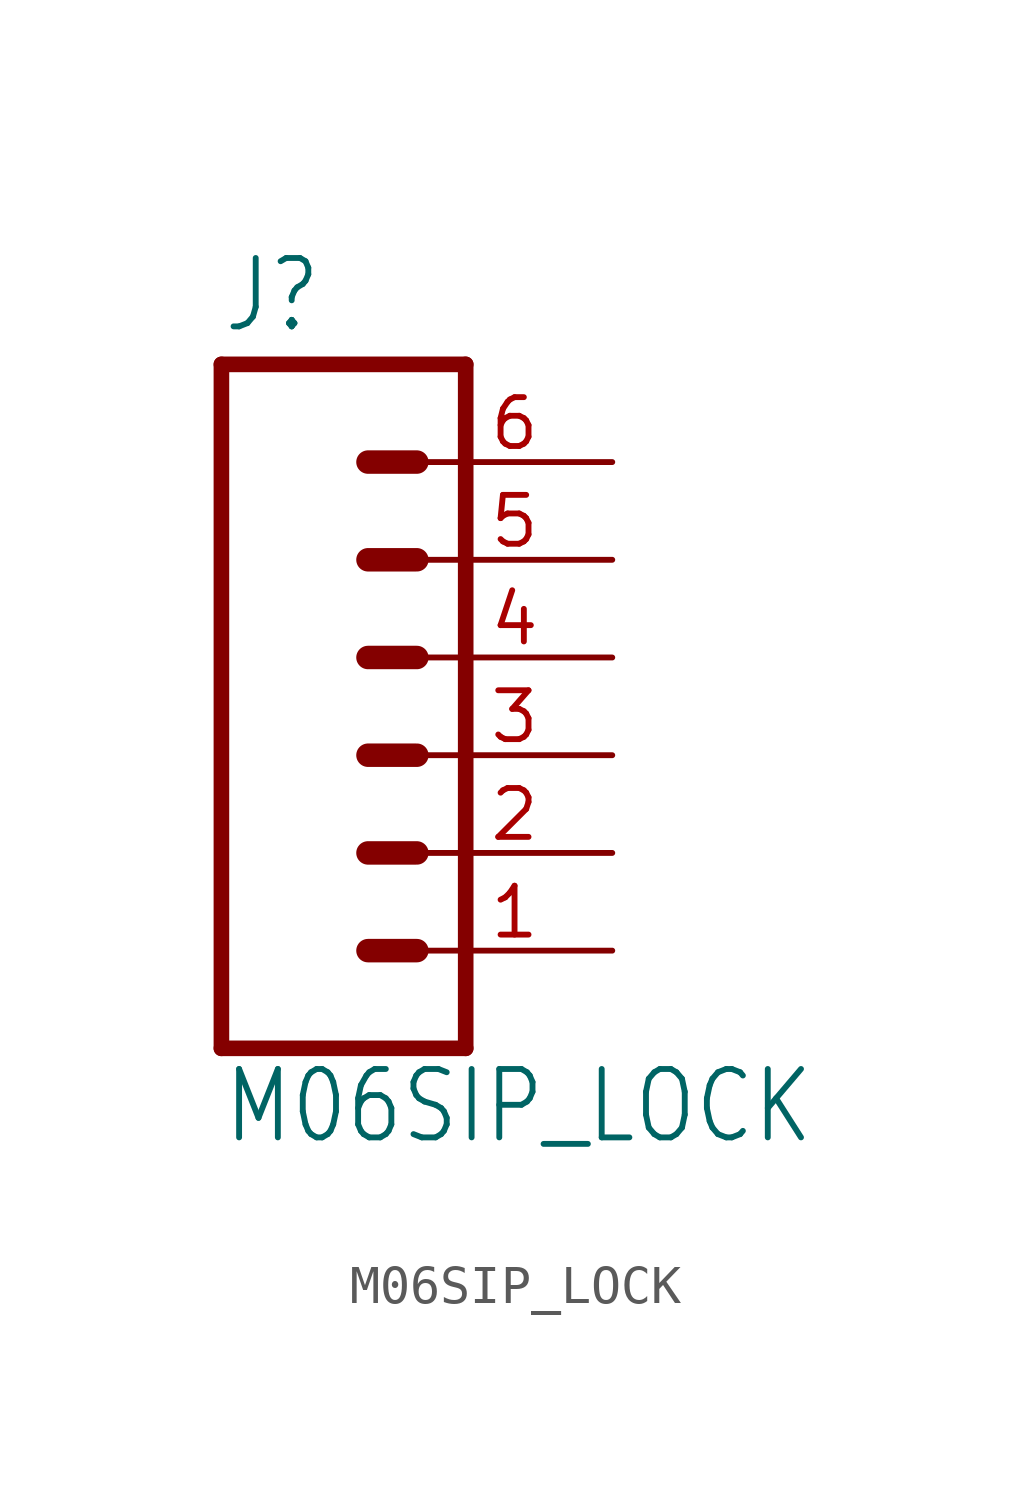
<source format=kicad_sym>
(kicad_symbol_lib
  (version 20220914)
  (generator kicad_symbol_editor)
  (symbol "M06SIP_LOCK"
    (property "Reference" "J"
      (at -5.08 10.922 0)
      (effects (font (size 1.778 1.511)) (justify left bottom)))
    (property "Value" "M06SIP_LOCK"
      (at -5.08 -10.16 0)
      (effects (font (size 1.778 1.511)) (justify left bottom)))
    (property "ki_locked" ""
      (at 0 0 0)
      (effects (font (size 1.27 1.27))))
    (symbol "M06SIP_LOCK_1_0"
      (polyline (pts (xy -5.08 10.16) (xy -5.08 -7.62)) (stroke (width 0.406) (type default)) (fill (type none)))
      (polyline (pts (xy -5.08 10.16) (xy 1.27 10.16)) (stroke (width 0.406) (type default)) (fill (type none)))
      (polyline (pts (xy -1.27 -5.08) (xy 0 -5.08)) (stroke (width 0.61) (type default)) (fill (type none)))
      (polyline (pts (xy -1.27 -2.54) (xy 0 -2.54)) (stroke (width 0.61) (type default)) (fill (type none)))
      (polyline (pts (xy -1.27 0) (xy 0 0)) (stroke (width 0.61) (type default)) (fill (type none)))
      (polyline (pts (xy -1.27 2.54) (xy 0 2.54)) (stroke (width 0.61) (type default)) (fill (type none)))
      (polyline (pts (xy -1.27 5.08) (xy 0 5.08)) (stroke (width 0.61) (type default)) (fill (type none)))
      (polyline (pts (xy -1.27 7.62) (xy 0 7.62)) (stroke (width 0.61) (type default)) (fill (type none)))
      (polyline (pts (xy 1.27 -7.62) (xy -5.08 -7.62)) (stroke (width 0.406) (type default)) (fill (type none)))
      (polyline (pts (xy 1.27 -7.62) (xy 1.27 10.16)) (stroke (width 0.406) (type default)) (fill (type none)))
      (pin passive line (at 5.08 -5.08 180) (length 5.08) (name "1" (effects (font (size 0 0)))) (number "1" (effects (font (size 1.27 1.27)))))
      (pin passive line (at 5.08 -2.54 180) (length 5.08) (name "2" (effects (font (size 0 0)))) (number "2" (effects (font (size 1.27 1.27)))))
      (pin passive line (at 5.08 0 180) (length 5.08) (name "3" (effects (font (size 0 0)))) (number "3" (effects (font (size 1.27 1.27)))))
      (pin passive line (at 5.08 2.54 180) (length 5.08) (name "4" (effects (font (size 0 0)))) (number "4" (effects (font (size 1.27 1.27)))))
      (pin passive line (at 5.08 5.08 180) (length 5.08) (name "5" (effects (font (size 0 0)))) (number "5" (effects (font (size 1.27 1.27)))))
      (pin passive line (at 5.08 7.62 180) (length 5.08) (name "6" (effects (font (size 0 0)))) (number "6" (effects (font (size 1.27 1.27))))))))
</source>
